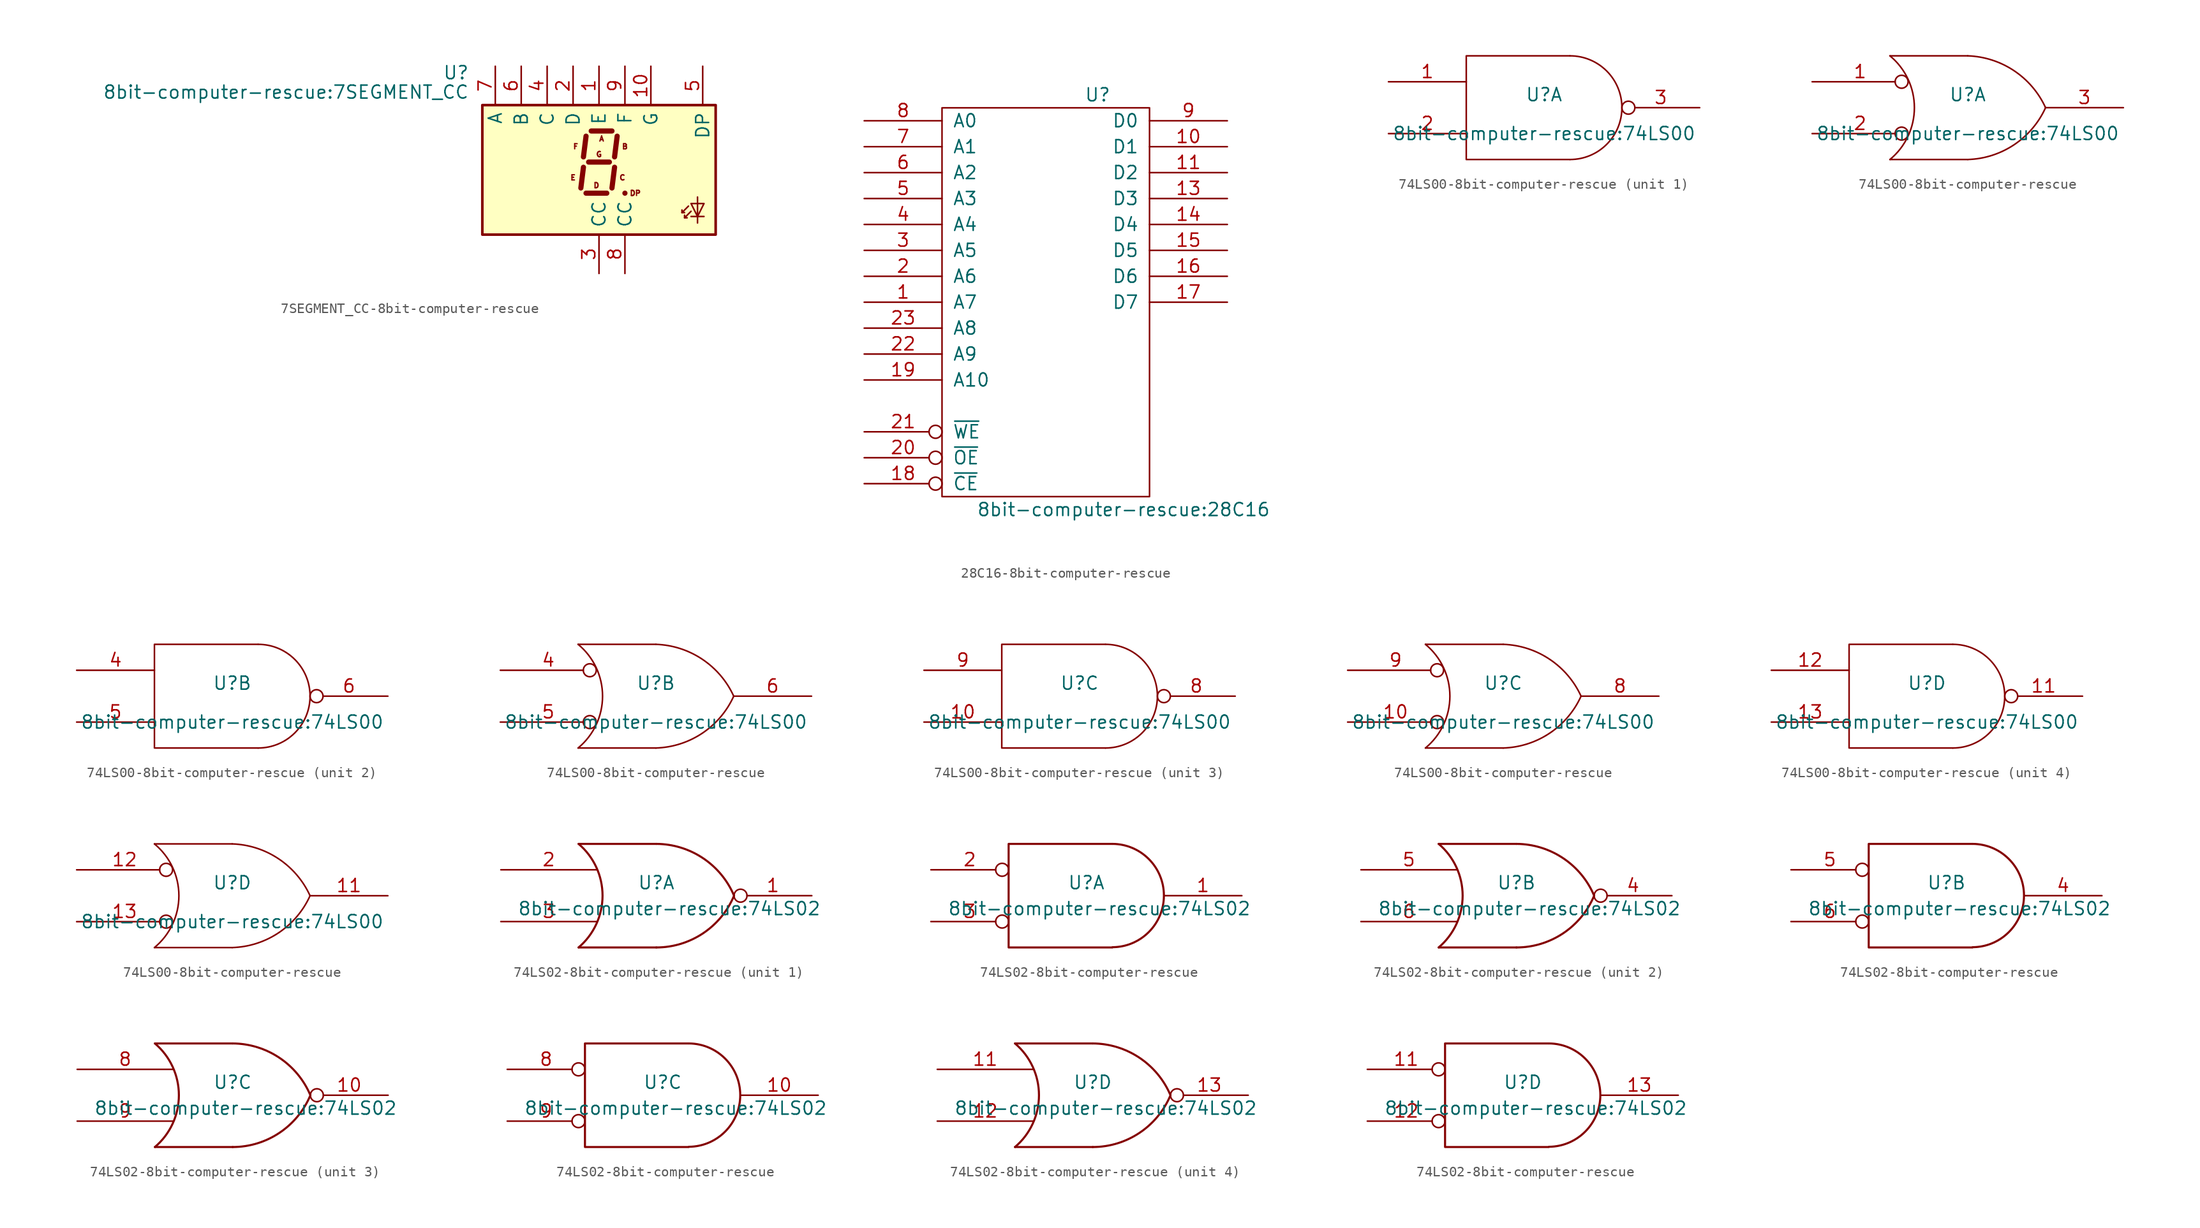
<source format=kicad_sym>
(kicad_symbol_lib
  (version 20231120)
  (generator "kicad_symbol_editor")
  (generator_version "8.0")
  (symbol "7SEGMENT_CC-8bit-computer-rescue"
    (pin_names
      (offset 0.635))
    (property "Reference" "U"
      (at -12.7 9.525 0)
      (effects (font (size 1.27 1.27)) (justify right)))
    (property "Value" "8bit-computer-rescue:7SEGMENT_CC"
      (at -12.7 7.62 0)
      (effects (font (size 1.27 1.27)) (justify right)))
    (symbol "7SEGMENT_CC-8bit-computer-rescue_0_0"
      (text "A" (at 0.254 3.048 0) (effects (font (size 0.508 0.508))))
      (text "B" (at 2.54 2.286 0) (effects (font (size 0.508 0.508))))
      (text "C" (at 2.286 -0.762 0) (effects (font (size 0.508 0.508))))
      (text "D" (at -0.254 -1.524 0) (effects (font (size 0.508 0.508))))
      (text "DP" (at 3.556 -2.286 0) (effects (font (size 0.508 0.508))))
      (text "E" (at -2.54 -0.762 0) (effects (font (size 0.508 0.508))))
      (text "F" (at -2.286 2.286 0) (effects (font (size 0.508 0.508))))
      (text "G" (at 0 1.524 0) (effects (font (size 0.508 0.508)))))
    (symbol "7SEGMENT_CC-8bit-computer-rescue_0_1"
      (rectangle (start -11.43 -6.35) (end 11.43 6.35) (stroke (width 0.254) (type solid)) (fill (type background)))
      (polyline (pts (xy -1.524 0.254) (xy -1.778 -1.778)) (stroke (width 0.508) (type solid)) (fill (type none)))
      (polyline (pts (xy -1.27 -2.286) (xy 0.762 -2.286)) (stroke (width 0.508) (type solid)) (fill (type none)))
      (polyline (pts (xy -1.27 3.302) (xy -1.524 1.27)) (stroke (width 0.508) (type solid)) (fill (type none)))
      (polyline (pts (xy -1.016 0.762) (xy 1.016 0.762)) (stroke (width 0.508) (type solid)) (fill (type none)))
      (polyline (pts (xy -0.762 3.81) (xy 1.27 3.81)) (stroke (width 0.508) (type solid)) (fill (type none)))
      (polyline (pts (xy 1.524 0.254) (xy 1.27 -1.778)) (stroke (width 0.508) (type solid)) (fill (type none)))
      (polyline (pts (xy 1.778 3.302) (xy 1.524 1.27)) (stroke (width 0.508) (type solid)) (fill (type none)))
      (polyline (pts (xy 2.54 -2.286) (xy 2.54 -2.286)) (stroke (width 0.508) (type solid)) (fill (type none)))
      (polyline (pts (xy 8.763 -3.556) (xy 8.128 -4.191)) (stroke (width 0) (type solid)) (fill (type none)))
      (polyline (pts (xy 9.017 -4.572) (xy 10.287 -4.572)) (stroke (width 0) (type solid)) (fill (type none)))
      (polyline (pts (xy 9.017 -4.064) (xy 8.382 -4.699)) (stroke (width 0) (type solid)) (fill (type none)))
      (polyline (pts (xy 9.652 -5.207) (xy 9.652 -2.667)) (stroke (width 0) (type solid)) (fill (type none)))
      (polyline (pts (xy 8.128 -3.937) (xy 8.128 -4.191) (xy 8.382 -4.191)) (stroke (width 0) (type solid)) (fill (type none)))
      (polyline (pts (xy 8.382 -4.445) (xy 8.382 -4.699) (xy 8.636 -4.699)) (stroke (width 0) (type solid)) (fill (type none)))
      (polyline (pts (xy 9.017 -3.302) (xy 10.287 -3.302) (xy 9.652 -4.572) (xy 9.017 -3.302)) (stroke (width 0) (type solid)) (fill (type none))))
    (symbol "7SEGMENT_CC-8bit-computer-rescue_1_1"
      (pin input line (at 0 10.16 270) (length 3.81) (name "E" (effects (font (size 1.27 1.27)))) (number "1" (effects (font (size 1.27 1.27)))))
      (pin input line (at 5.08 10.16 270) (length 3.81) (name "G" (effects (font (size 1.27 1.27)))) (number "10" (effects (font (size 1.27 1.27)))))
      (pin input line (at -2.54 10.16 270) (length 3.81) (name "D" (effects (font (size 1.27 1.27)))) (number "2" (effects (font (size 1.27 1.27)))))
      (pin input line (at 0 -10.16 90) (length 3.81) (name "CC" (effects (font (size 1.27 1.27)))) (number "3" (effects (font (size 1.27 1.27)))))
      (pin input line (at -5.08 10.16 270) (length 3.81) (name "C" (effects (font (size 1.27 1.27)))) (number "4" (effects (font (size 1.27 1.27)))))
      (pin input line (at 10.16 10.16 270) (length 3.81) (name "DP" (effects (font (size 1.27 1.27)))) (number "5" (effects (font (size 1.27 1.27)))))
      (pin input line (at -7.62 10.16 270) (length 3.81) (name "B" (effects (font (size 1.27 1.27)))) (number "6" (effects (font (size 1.27 1.27)))))
      (pin input line (at -10.16 10.16 270) (length 3.81) (name "A" (effects (font (size 1.27 1.27)))) (number "7" (effects (font (size 1.27 1.27)))))
      (pin input line (at 2.54 -10.16 90) (length 3.81) (name "CC" (effects (font (size 1.27 1.27)))) (number "8" (effects (font (size 1.27 1.27)))))
      (pin input line (at 2.54 10.16 270) (length 3.81) (name "F" (effects (font (size 1.27 1.27)))) (number "9" (effects (font (size 1.27 1.27)))))))
  (symbol "28C16-8bit-computer-rescue"
    (pin_names
      (offset 1.016))
    (property "Reference" "U"
      (at 5.08 20.32 0)
      (effects (font (size 1.27 1.27))))
    (property "Value" "8bit-computer-rescue:28C16"
      (at 7.62 -20.32 0)
      (effects (font (size 1.27 1.27))))
    (symbol "28C16-8bit-computer-rescue_0_0"
      (pin power_in line (at 0 -20.32 90) (length 1.27) hide (name "GND" (effects (font (size 1.27 1.27)))) (number "12" (effects (font (size 1.27 1.27)))))
      (pin power_in line (at 0 20.32 270) (length 1.27) hide (name "VCC" (effects (font (size 1.27 1.27)))) (number "24" (effects (font (size 1.27 1.27))))))
    (symbol "28C16-8bit-computer-rescue_0_1"
      (rectangle (start -10.16 19.05) (end 10.16 -19.05) (stroke (width 0) (type solid)) (fill (type none))))
    (symbol "28C16-8bit-computer-rescue_1_1"
      (pin input line (at -17.78 0 0) (length 7.62) (name "A7" (effects (font (size 1.27 1.27)))) (number "1" (effects (font (size 1.27 1.27)))))
      (pin tri_state line (at 17.78 15.24 180) (length 7.62) (name "D1" (effects (font (size 1.27 1.27)))) (number "10" (effects (font (size 1.27 1.27)))))
      (pin tri_state line (at 17.78 12.7 180) (length 7.62) (name "D2" (effects (font (size 1.27 1.27)))) (number "11" (effects (font (size 1.27 1.27)))))
      (pin tri_state line (at 17.78 10.16 180) (length 7.62) (name "D3" (effects (font (size 1.27 1.27)))) (number "13" (effects (font (size 1.27 1.27)))))
      (pin tri_state line (at 17.78 7.62 180) (length 7.62) (name "D4" (effects (font (size 1.27 1.27)))) (number "14" (effects (font (size 1.27 1.27)))))
      (pin tri_state line (at 17.78 5.08 180) (length 7.62) (name "D5" (effects (font (size 1.27 1.27)))) (number "15" (effects (font (size 1.27 1.27)))))
      (pin tri_state line (at 17.78 2.54 180) (length 7.62) (name "D6" (effects (font (size 1.27 1.27)))) (number "16" (effects (font (size 1.27 1.27)))))
      (pin tri_state line (at 17.78 0 180) (length 7.62) (name "D7" (effects (font (size 1.27 1.27)))) (number "17" (effects (font (size 1.27 1.27)))))
      (pin input inverted (at -17.78 -17.78 0) (length 7.62) (name "~{CE}" (effects (font (size 1.27 1.27)))) (number "18" (effects (font (size 1.27 1.27)))))
      (pin input line (at -17.78 -7.62 0) (length 7.62) (name "A10" (effects (font (size 1.27 1.27)))) (number "19" (effects (font (size 1.27 1.27)))))
      (pin input line (at -17.78 2.54 0) (length 7.62) (name "A6" (effects (font (size 1.27 1.27)))) (number "2" (effects (font (size 1.27 1.27)))))
      (pin input inverted (at -17.78 -15.24 0) (length 7.62) (name "~{OE}" (effects (font (size 1.27 1.27)))) (number "20" (effects (font (size 1.27 1.27)))))
      (pin input inverted (at -17.78 -12.7 0) (length 7.62) (name "~{WE}" (effects (font (size 1.27 1.27)))) (number "21" (effects (font (size 1.27 1.27)))))
      (pin input line (at -17.78 -5.08 0) (length 7.62) (name "A9" (effects (font (size 1.27 1.27)))) (number "22" (effects (font (size 1.27 1.27)))))
      (pin input line (at -17.78 -2.54 0) (length 7.62) (name "A8" (effects (font (size 1.27 1.27)))) (number "23" (effects (font (size 1.27 1.27)))))
      (pin input line (at -17.78 5.08 0) (length 7.62) (name "A5" (effects (font (size 1.27 1.27)))) (number "3" (effects (font (size 1.27 1.27)))))
      (pin input line (at -17.78 7.62 0) (length 7.62) (name "A4" (effects (font (size 1.27 1.27)))) (number "4" (effects (font (size 1.27 1.27)))))
      (pin input line (at -17.78 10.16 0) (length 7.62) (name "A3" (effects (font (size 1.27 1.27)))) (number "5" (effects (font (size 1.27 1.27)))))
      (pin input line (at -17.78 12.7 0) (length 7.62) (name "A2" (effects (font (size 1.27 1.27)))) (number "6" (effects (font (size 1.27 1.27)))))
      (pin input line (at -17.78 15.24 0) (length 7.62) (name "A1" (effects (font (size 1.27 1.27)))) (number "7" (effects (font (size 1.27 1.27)))))
      (pin input line (at -17.78 17.78 0) (length 7.62) (name "A0" (effects (font (size 1.27 1.27)))) (number "8" (effects (font (size 1.27 1.27)))))
      (pin tri_state line (at 17.78 17.78 180) (length 7.62) (name "D0" (effects (font (size 1.27 1.27)))) (number "9" (effects (font (size 1.27 1.27)))))))
  (symbol "74LS00-8bit-computer-rescue"
    (pin_names
      (offset 0.762))
    (property "Reference" "U"
      (at 0 1.27 0)
      (effects (font (size 1.27 1.27))))
    (property "Value" "8bit-computer-rescue:74LS00"
      (at 0 -2.54 0)
      (effects (font (size 1.27 1.27))))
    (symbol "74LS00-8bit-computer-rescue_0_0"
      (pin power_in line (at -5.08 5.08 270) (length 0) hide (name "VCC" (effects (font (size 1.016 1.016)))) (number "14" (effects (font (size 1.016 1.016)))))
      (pin power_in line (at -5.08 -5.08 90) (length 0) hide (name "GND" (effects (font (size 1.016 1.016)))) (number "7" (effects (font (size 1.016 1.016))))))
    (symbol "74LS00-8bit-computer-rescue_0_1"
      (polyline (pts (xy 2.54 5.08) (xy -7.62 5.08) (xy -7.62 -5.08) (xy 2.54 -5.08)) (stroke (width 0) (type solid)) (fill (type none)))
      (arc (start 2.54 -5.08) (mid 7.62 0) (end 2.54 5.08) (stroke (width 0) (type solid)) (fill (type none))))
    (symbol "74LS00-8bit-computer-rescue_0_2"
      (arc (start -7.62 -5.08) (mid -5.2253 0) (end -7.62 5.08) (stroke (width 0) (type solid)) (fill (type none)))
      (arc (start 0 -5.08) (mid 4.5408 -3.6305) (end 7.62 0) (stroke (width 0) (type solid)) (fill (type none)))
      (polyline (pts (xy -7.62 -5.08) (xy 0 -5.08)) (stroke (width 0) (type solid)) (fill (type none)))
      (polyline (pts (xy -7.62 5.08) (xy 0 5.08)) (stroke (width 0) (type solid)) (fill (type none)))
      (arc (start 7.62 0) (mid 4.5343 3.6226) (end 0 5.08) (stroke (width 0) (type solid)) (fill (type none))))
    (symbol "74LS00-8bit-computer-rescue_1_1"
      (pin input line (at -15.24 2.54 0) (length 7.62) (name "~" (effects (font (size 1.27 1.27)))) (number "1" (effects (font (size 1.27 1.27)))))
      (pin input line (at -15.24 -2.54 0) (length 7.62) (name "~" (effects (font (size 1.27 1.27)))) (number "2" (effects (font (size 1.27 1.27)))))
      (pin output inverted (at 15.24 0 180) (length 7.62) (name "~" (effects (font (size 1.27 1.27)))) (number "3" (effects (font (size 1.27 1.27))))))
    (symbol "74LS00-8bit-computer-rescue_1_2"
      (pin input inverted (at -15.24 2.54 0) (length 9.398) (name "~" (effects (font (size 1.27 1.27)))) (number "1" (effects (font (size 1.27 1.27)))))
      (pin input inverted (at -15.24 -2.54 0) (length 9.398) (name "~" (effects (font (size 1.27 1.27)))) (number "2" (effects (font (size 1.27 1.27)))))
      (pin output line (at 15.24 0 180) (length 7.62) (name "~" (effects (font (size 1.27 1.27)))) (number "3" (effects (font (size 1.27 1.27))))))
    (symbol "74LS00-8bit-computer-rescue_2_1"
      (pin input line (at -15.24 2.54 0) (length 7.62) (name "~" (effects (font (size 1.27 1.27)))) (number "4" (effects (font (size 1.27 1.27)))))
      (pin input line (at -15.24 -2.54 0) (length 7.62) (name "~" (effects (font (size 1.27 1.27)))) (number "5" (effects (font (size 1.27 1.27)))))
      (pin output inverted (at 15.24 0 180) (length 7.62) (name "~" (effects (font (size 1.27 1.27)))) (number "6" (effects (font (size 1.27 1.27))))))
    (symbol "74LS00-8bit-computer-rescue_2_2"
      (pin input inverted (at -15.24 2.54 0) (length 9.398) (name "~" (effects (font (size 1.27 1.27)))) (number "4" (effects (font (size 1.27 1.27)))))
      (pin input inverted (at -15.24 -2.54 0) (length 9.398) (name "~" (effects (font (size 1.27 1.27)))) (number "5" (effects (font (size 1.27 1.27)))))
      (pin output line (at 15.24 0 180) (length 7.62) (name "~" (effects (font (size 1.27 1.27)))) (number "6" (effects (font (size 1.27 1.27))))))
    (symbol "74LS00-8bit-computer-rescue_3_1"
      (pin input line (at -15.24 -2.54 0) (length 7.62) (name "~" (effects (font (size 1.27 1.27)))) (number "10" (effects (font (size 1.27 1.27)))))
      (pin output inverted (at 15.24 0 180) (length 7.62) (name "~" (effects (font (size 1.27 1.27)))) (number "8" (effects (font (size 1.27 1.27)))))
      (pin input line (at -15.24 2.54 0) (length 7.62) (name "~" (effects (font (size 1.27 1.27)))) (number "9" (effects (font (size 1.27 1.27))))))
    (symbol "74LS00-8bit-computer-rescue_3_2"
      (pin input inverted (at -15.24 -2.54 0) (length 9.398) (name "~" (effects (font (size 1.27 1.27)))) (number "10" (effects (font (size 1.27 1.27)))))
      (pin output line (at 15.24 0 180) (length 7.62) (name "~" (effects (font (size 1.27 1.27)))) (number "8" (effects (font (size 1.27 1.27)))))
      (pin input inverted (at -15.24 2.54 0) (length 9.398) (name "~" (effects (font (size 1.27 1.27)))) (number "9" (effects (font (size 1.27 1.27))))))
    (symbol "74LS00-8bit-computer-rescue_4_1"
      (pin output inverted (at 15.24 0 180) (length 7.62) (name "~" (effects (font (size 1.27 1.27)))) (number "11" (effects (font (size 1.27 1.27)))))
      (pin input line (at -15.24 2.54 0) (length 7.62) (name "~" (effects (font (size 1.27 1.27)))) (number "12" (effects (font (size 1.27 1.27)))))
      (pin input line (at -15.24 -2.54 0) (length 7.62) (name "~" (effects (font (size 1.27 1.27)))) (number "13" (effects (font (size 1.27 1.27))))))
    (symbol "74LS00-8bit-computer-rescue_4_2"
      (pin output line (at 15.24 0 180) (length 7.62) (name "~" (effects (font (size 1.27 1.27)))) (number "11" (effects (font (size 1.27 1.27)))))
      (pin input inverted (at -15.24 2.54 0) (length 9.398) (name "~" (effects (font (size 1.27 1.27)))) (number "12" (effects (font (size 1.27 1.27)))))
      (pin input inverted (at -15.24 -2.54 0) (length 9.398) (name "~" (effects (font (size 1.27 1.27)))) (number "13" (effects (font (size 1.27 1.27)))))))
  (symbol "74LS02-8bit-computer-rescue"
    (pin_names
      (offset 0.762))
    (property "Reference" "U"
      (at 0 1.27 0)
      (effects (font (size 1.27 1.27))))
    (property "Value" "8bit-computer-rescue:74LS02"
      (at 1.27 -1.27 0)
      (effects (font (size 1.27 1.27))))
    (symbol "74LS02-8bit-computer-rescue_0_0"
      (pin power_in line (at -5.08 5.08 270) (length 0) hide (name "VCC" (effects (font (size 1.016 1.016)))) (number "14" (effects (font (size 1.016 1.016)))))
      (pin power_in line (at -5.08 -5.08 90) (length 0) hide (name "GND" (effects (font (size 1.016 1.016)))) (number "7" (effects (font (size 1.016 1.016))))))
    (symbol "74LS02-8bit-computer-rescue_0_1"
      (arc (start -7.62 -5.08) (mid -5.2708 0) (end -7.62 5.08) (stroke (width 0.2032) (type solid)) (fill (type none)))
      (arc (start 0 -5.08) (mid 4.5812 -3.6906) (end 7.62 0) (stroke (width 0.2032) (type solid)) (fill (type none)))
      (polyline (pts (xy -7.62 -5.08) (xy 0 -5.08)) (stroke (width 0.203) (type solid)) (fill (type none)))
      (polyline (pts (xy -7.62 5.08) (xy 0 5.08)) (stroke (width 0.203) (type solid)) (fill (type none)))
      (arc (start 7.62 0) (mid 4.5727 3.6819) (end 0 5.08) (stroke (width 0.2032) (type solid)) (fill (type none))))
    (symbol "74LS02-8bit-computer-rescue_0_2"
      (polyline (pts (xy 2.54 5.08) (xy -7.62 5.08) (xy -7.62 -5.08) (xy 2.54 -5.08)) (stroke (width 0.203) (type solid)) (fill (type none)))
      (arc (start 2.5654 -5.0546) (mid 7.5947 0.0001) (end 2.5654 5.08) (stroke (width 0.2032) (type solid)) (fill (type none))))
    (symbol "74LS02-8bit-computer-rescue_1_1"
      (pin output inverted (at 15.24 0 180) (length 7.62) (name "~" (effects (font (size 1.27 1.27)))) (number "1" (effects (font (size 1.27 1.27)))))
      (pin input line (at -15.24 2.54 0) (length 9.398) (name "~" (effects (font (size 1.27 1.27)))) (number "2" (effects (font (size 1.27 1.27)))))
      (pin input line (at -15.24 -2.54 0) (length 9.398) (name "~" (effects (font (size 1.27 1.27)))) (number "3" (effects (font (size 1.27 1.27))))))
    (symbol "74LS02-8bit-computer-rescue_1_2"
      (pin output line (at 15.24 0 180) (length 7.62) (name "~" (effects (font (size 1.27 1.27)))) (number "1" (effects (font (size 1.27 1.27)))))
      (pin input inverted (at -15.24 2.54 0) (length 7.62) (name "~" (effects (font (size 1.27 1.27)))) (number "2" (effects (font (size 1.27 1.27)))))
      (pin input inverted (at -15.24 -2.54 0) (length 7.62) (name "~" (effects (font (size 1.27 1.27)))) (number "3" (effects (font (size 1.27 1.27))))))
    (symbol "74LS02-8bit-computer-rescue_2_1"
      (pin output inverted (at 15.24 0 180) (length 7.62) (name "~" (effects (font (size 1.27 1.27)))) (number "4" (effects (font (size 1.27 1.27)))))
      (pin input line (at -15.24 2.54 0) (length 9.398) (name "~" (effects (font (size 1.27 1.27)))) (number "5" (effects (font (size 1.27 1.27)))))
      (pin input line (at -15.24 -2.54 0) (length 9.398) (name "~" (effects (font (size 1.27 1.27)))) (number "6" (effects (font (size 1.27 1.27))))))
    (symbol "74LS02-8bit-computer-rescue_2_2"
      (pin output line (at 15.24 0 180) (length 7.62) (name "~" (effects (font (size 1.27 1.27)))) (number "4" (effects (font (size 1.27 1.27)))))
      (pin input inverted (at -15.24 2.54 0) (length 7.62) (name "~" (effects (font (size 1.27 1.27)))) (number "5" (effects (font (size 1.27 1.27)))))
      (pin input inverted (at -15.24 -2.54 0) (length 7.62) (name "~" (effects (font (size 1.27 1.27)))) (number "6" (effects (font (size 1.27 1.27))))))
    (symbol "74LS02-8bit-computer-rescue_3_1"
      (pin output inverted (at 15.24 0 180) (length 7.62) (name "~" (effects (font (size 1.27 1.27)))) (number "10" (effects (font (size 1.27 1.27)))))
      (pin input line (at -15.24 2.54 0) (length 9.398) (name "~" (effects (font (size 1.27 1.27)))) (number "8" (effects (font (size 1.27 1.27)))))
      (pin input line (at -15.24 -2.54 0) (length 9.398) (name "~" (effects (font (size 1.27 1.27)))) (number "9" (effects (font (size 1.27 1.27))))))
    (symbol "74LS02-8bit-computer-rescue_3_2"
      (pin output line (at 15.24 0 180) (length 7.62) (name "~" (effects (font (size 1.27 1.27)))) (number "10" (effects (font (size 1.27 1.27)))))
      (pin input inverted (at -15.24 2.54 0) (length 7.62) (name "~" (effects (font (size 1.27 1.27)))) (number "8" (effects (font (size 1.27 1.27)))))
      (pin input inverted (at -15.24 -2.54 0) (length 7.62) (name "~" (effects (font (size 1.27 1.27)))) (number "9" (effects (font (size 1.27 1.27))))))
    (symbol "74LS02-8bit-computer-rescue_4_1"
      (pin input line (at -15.24 2.54 0) (length 9.398) (name "~" (effects (font (size 1.27 1.27)))) (number "11" (effects (font (size 1.27 1.27)))))
      (pin input line (at -15.24 -2.54 0) (length 9.398) (name "~" (effects (font (size 1.27 1.27)))) (number "12" (effects (font (size 1.27 1.27)))))
      (pin output inverted (at 15.24 0 180) (length 7.62) (name "~" (effects (font (size 1.27 1.27)))) (number "13" (effects (font (size 1.27 1.27))))))
    (symbol "74LS02-8bit-computer-rescue_4_2"
      (pin input inverted (at -15.24 2.54 0) (length 7.62) (name "~" (effects (font (size 1.27 1.27)))) (number "11" (effects (font (size 1.27 1.27)))))
      (pin input inverted (at -15.24 -2.54 0) (length 7.62) (name "~" (effects (font (size 1.27 1.27)))) (number "12" (effects (font (size 1.27 1.27)))))
      (pin output line (at 15.24 0 180) (length 7.62) (name "~" (effects (font (size 1.27 1.27)))) (number "13" (effects (font (size 1.27 1.27))))))))
</source>
